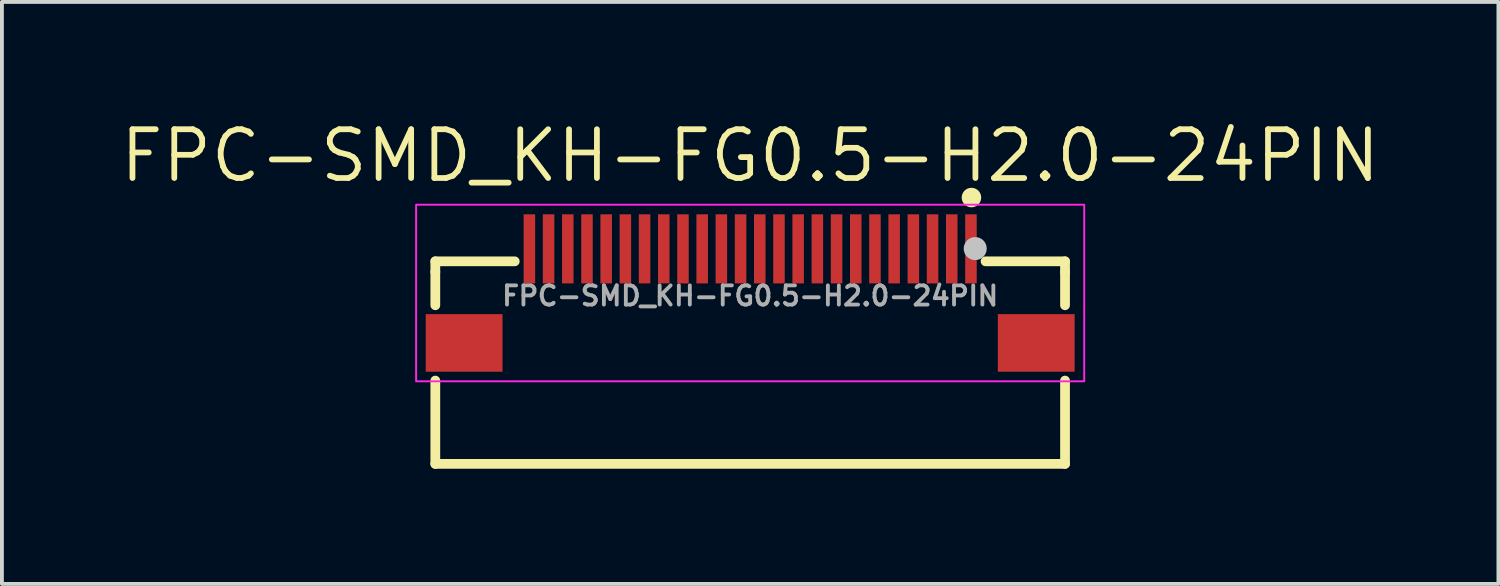
<source format=kicad_pcb>
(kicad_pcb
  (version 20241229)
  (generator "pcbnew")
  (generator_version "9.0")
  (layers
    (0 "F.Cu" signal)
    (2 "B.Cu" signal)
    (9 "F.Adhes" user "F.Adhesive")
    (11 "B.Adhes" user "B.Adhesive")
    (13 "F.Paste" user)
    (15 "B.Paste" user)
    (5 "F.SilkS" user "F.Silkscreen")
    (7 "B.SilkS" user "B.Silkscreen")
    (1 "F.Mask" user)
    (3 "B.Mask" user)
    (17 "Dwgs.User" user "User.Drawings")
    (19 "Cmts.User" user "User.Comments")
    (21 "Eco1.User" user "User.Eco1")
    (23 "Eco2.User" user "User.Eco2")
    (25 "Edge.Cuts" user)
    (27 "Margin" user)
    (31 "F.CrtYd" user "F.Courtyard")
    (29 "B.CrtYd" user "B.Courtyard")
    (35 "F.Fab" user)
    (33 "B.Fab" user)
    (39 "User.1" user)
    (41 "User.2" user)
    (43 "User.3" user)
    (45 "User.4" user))
  (footprint "FPC-SMD_KH-FG0.5-H2.0-24PIN"
    (layer "F.Cu")
    (at 16.487 4.656)
    (property "Reference" "FPC-SMD_KH-FG0.5-H2.0-24PIN" (at 0 -3.65 0) (layer "F.SilkS") (effects (font (size 1.27 1.27) (thickness 0.15))))
    (fp_line (start -8.2 0.244) (end -8.2 -0.625) (stroke (width 0.254) (type default)) (layer "F.SilkS"))
    (fp_line (start -8.2 4.375) (end -8.2 2.206) (stroke (width 0.254) (type default)) (layer "F.SilkS"))
    (fp_line (start -8.2 4.375) (end 8.2 4.375) (stroke (width 0.254) (type default)) (layer "F.SilkS"))
    (fp_line (start -8.2 -0.9) (end -8.2 -0.625) (stroke (width 0.254) (type default)) (layer "F.SilkS"))
    (fp_line (start -6.131 -0.9) (end -8.2 -0.9) (stroke (width 0.254) (type default)) (layer "F.SilkS"))
    (fp_line (start 8.2 -0.9) (end 6.131 -0.9) (stroke (width 0.254) (type default)) (layer "F.SilkS"))
    (fp_line (start 8.2 -0.625) (end 8.2 -0.9) (stroke (width 0.254) (type default)) (layer "F.SilkS"))
    (fp_line (start 8.2 0.244) (end 8.2 -0.625) (stroke (width 0.254) (type default)) (layer "F.SilkS"))
    (fp_line (start 8.2 4.375) (end 8.2 2.206) (stroke (width 0.254) (type default)) (layer "F.SilkS"))
    (fp_circle (center 5.763 -2.561) (end 5.89 -2.561) (stroke (width 0.254) (type default)) (fill no) (layer "F.SilkS"))
    (fp_circle (center 5.861 -1.232) (end 6.011 -1.232) (stroke (width 0.3) (type default)) (fill no) (layer "Dwgs.User"))
    (fp_rect (start -8.7 -2.375) (end 8.7 2.225) (stroke (width 0.05) (type default)) (fill no) (layer "F.CrtYd"))
    (fp_circle (center 8.2 -1.65) (end 8.23 -1.65) (stroke (width 0.06) (type default)) (fill no) (layer "User.5"))
    (fp_text user "${REFERENCE}" (at 0 0 0) (layer "F.Fab") (effects (font (size 0.5 0.5) (thickness 0.1))))
    (pad "1" smd rect (at 5.75 -1.225 180) (size 0.3 1.8) (layers "F.Cu" "F.Mask" "F.Paste"))
    (pad "2" smd rect (at 5.25 -1.225 180) (size 0.3 1.8) (layers "F.Cu" "F.Mask" "F.Paste"))
    (pad "3" smd rect (at 4.75 -1.225 180) (size 0.3 1.8) (layers "F.Cu" "F.Mask" "F.Paste"))
    (pad "4" smd rect (at 4.25 -1.225 180) (size 0.3 1.8) (layers "F.Cu" "F.Mask" "F.Paste"))
    (pad "5" smd rect (at 3.75 -1.225 180) (size 0.3 1.8) (layers "F.Cu" "F.Mask" "F.Paste"))
    (pad "6" smd rect (at 3.25 -1.225 180) (size 0.3 1.8) (layers "F.Cu" "F.Mask" "F.Paste"))
    (pad "7" smd rect (at 2.75 -1.225 180) (size 0.3 1.8) (layers "F.Cu" "F.Mask" "F.Paste"))
    (pad "8" smd rect (at 2.25 -1.225 180) (size 0.3 1.8) (layers "F.Cu" "F.Mask" "F.Paste"))
    (pad "9" smd rect (at 1.75 -1.225 180) (size 0.3 1.8) (layers "F.Cu" "F.Mask" "F.Paste"))
    (pad "10" smd rect (at 1.25 -1.225 180) (size 0.3 1.8) (layers "F.Cu" "F.Mask" "F.Paste"))
    (pad "11" smd rect (at 0.75 -1.225 180) (size 0.3 1.8) (layers "F.Cu" "F.Mask" "F.Paste"))
    (pad "12" smd rect (at 0.25 -1.225 180) (size 0.3 1.8) (layers "F.Cu" "F.Mask" "F.Paste"))
    (pad "13" smd rect (at -0.25 -1.225 180) (size 0.3 1.8) (layers "F.Cu" "F.Mask" "F.Paste"))
    (pad "14" smd rect (at -0.75 -1.225 180) (size 0.3 1.8) (layers "F.Cu" "F.Mask" "F.Paste"))
    (pad "15" smd rect (at -1.25 -1.225 180) (size 0.3 1.8) (layers "F.Cu" "F.Mask" "F.Paste"))
    (pad "16" smd rect (at -1.75 -1.225 180) (size 0.3 1.8) (layers "F.Cu" "F.Mask" "F.Paste"))
    (pad "17" smd rect (at -2.25 -1.225 180) (size 0.3 1.8) (layers "F.Cu" "F.Mask" "F.Paste"))
    (pad "18" smd rect (at -2.75 -1.225 180) (size 0.3 1.8) (layers "F.Cu" "F.Mask" "F.Paste"))
    (pad "19" smd rect (at -3.25 -1.225 180) (size 0.3 1.8) (layers "F.Cu" "F.Mask" "F.Paste"))
    (pad "20" smd rect (at -3.75 -1.225 180) (size 0.3 1.8) (layers "F.Cu" "F.Mask" "F.Paste"))
    (pad "21" smd rect (at -4.25 -1.225 180) (size 0.3 1.8) (layers "F.Cu" "F.Mask" "F.Paste"))
    (pad "22" smd rect (at -4.75 -1.225 180) (size 0.3 1.8) (layers "F.Cu" "F.Mask" "F.Paste"))
    (pad "23" smd rect (at -5.25 -1.225 180) (size 0.3 1.8) (layers "F.Cu" "F.Mask" "F.Paste"))
    (pad "24" smd rect (at -5.75 -1.225 180) (size 0.3 1.8) (layers "F.Cu" "F.Mask" "F.Paste"))
    (pad "25" smd rect (at -7.45 1.225 270) (size 1.5 2) (layers "F.Cu" "F.Mask" "F.Paste"))
    (pad "26" smd rect (at 7.45 1.225 270) (size 1.5 2) (layers "F.Cu" "F.Mask" "F.Paste"))
    (zone (net_name "") (layer "User.3") (hatch edge 0.5) (priority 100) (connect_pads yes) (min_thickness 0) (filled_areas_thickness no) (fill yes) (polygon (pts (xy 8.287 9.006) (xy 8.287 3.856) (xy 24.687 3.856) (xy 24.687 9.006))) (filled_polygon (layer "User.3") (island) (pts (xy 8.287 9.006) (xy 8.287 3.856) (xy 24.687 3.856) (xy 24.687 9.006))))
    (zone (net_name "") (layer "User.4") (hatch edge 0.5) (priority 100) (connect_pads yes) (min_thickness 0) (filled_areas_thickness no) (fill yes) (polygon (pts (xy 8.537 6.356) (xy 8.537 5.356) (xy 9.937 5.356) (xy 9.937 6.356))) (filled_polygon (layer "User.4") (island) (pts (xy 8.537 6.356) (xy 8.537 5.356) (xy 9.937 5.356) (xy 9.937 6.356))))
    (zone (net_name "") (layer "User.4") (hatch edge 0.5) (priority 100) (connect_pads yes) (min_thickness 0) (filled_areas_thickness no) (fill yes) (polygon (pts (xy 10.837 4.206) (xy 10.637 4.206) (xy 10.637 3.006) (xy 10.837 3.006))) (filled_polygon (layer "User.4") (island) (pts (xy 10.837 4.206) (xy 10.637 4.206) (xy 10.637 3.006) (xy 10.837 3.006))))
    (zone (net_name "") (layer "User.4") (hatch edge 0.5) (priority 100) (connect_pads yes) (min_thickness 0) (filled_areas_thickness no) (fill yes) (polygon (pts (xy 11.337 4.206) (xy 11.137 4.206) (xy 11.137 3.006) (xy 11.337 3.006))) (filled_polygon (layer "User.4") (island) (pts (xy 11.337 4.206) (xy 11.137 4.206) (xy 11.137 3.006) (xy 11.337 3.006))))
    (zone (net_name "") (layer "User.4") (hatch edge 0.5) (priority 100) (connect_pads yes) (min_thickness 0) (filled_areas_thickness no) (fill yes) (polygon (pts (xy 11.837 4.206) (xy 11.637 4.206) (xy 11.637 3.006) (xy 11.837 3.006))) (filled_polygon (layer "User.4") (island) (pts (xy 11.837 4.206) (xy 11.637 4.206) (xy 11.637 3.006) (xy 11.837 3.006))))
    (zone (net_name "") (layer "User.4") (hatch edge 0.5) (priority 100) (connect_pads yes) (min_thickness 0) (filled_areas_thickness no) (fill yes) (polygon (pts (xy 12.337 4.206) (xy 12.137 4.206) (xy 12.137 3.006) (xy 12.337 3.006))) (filled_polygon (layer "User.4") (island) (pts (xy 12.337 4.206) (xy 12.137 4.206) (xy 12.137 3.006) (xy 12.337 3.006))))
    (zone (net_name "") (layer "User.4") (hatch edge 0.5) (priority 100) (connect_pads yes) (min_thickness 0) (filled_areas_thickness no) (fill yes) (polygon (pts (xy 12.837 4.206) (xy 12.637 4.206) (xy 12.637 3.006) (xy 12.837 3.006))) (filled_polygon (layer "User.4") (island) (pts (xy 12.837 4.206) (xy 12.637 4.206) (xy 12.637 3.006) (xy 12.837 3.006))))
    (zone (net_name "") (layer "User.4") (hatch edge 0.5) (priority 100) (connect_pads yes) (min_thickness 0) (filled_areas_thickness no) (fill yes) (polygon (pts (xy 13.337 4.206) (xy 13.137 4.206) (xy 13.137 3.006) (xy 13.337 3.006))) (filled_polygon (layer "User.4") (island) (pts (xy 13.337 4.206) (xy 13.137 4.206) (xy 13.137 3.006) (xy 13.337 3.006))))
    (zone (net_name "") (layer "User.4") (hatch edge 0.5) (priority 100) (connect_pads yes) (min_thickness 0) (filled_areas_thickness no) (fill yes) (polygon (pts (xy 13.837 4.206) (xy 13.637 4.206) (xy 13.637 3.006) (xy 13.837 3.006))) (filled_polygon (layer "User.4") (island) (pts (xy 13.837 4.206) (xy 13.637 4.206) (xy 13.637 3.006) (xy 13.837 3.006))))
    (zone (net_name "") (layer "User.4") (hatch edge 0.5) (priority 100) (connect_pads yes) (min_thickness 0) (filled_areas_thickness no) (fill yes) (polygon (pts (xy 14.337 4.206) (xy 14.137 4.206) (xy 14.137 3.006) (xy 14.337 3.006))) (filled_polygon (layer "User.4") (island) (pts (xy 14.337 4.206) (xy 14.137 4.206) (xy 14.137 3.006) (xy 14.337 3.006))))
    (zone (net_name "") (layer "User.4") (hatch edge 0.5) (priority 100) (connect_pads yes) (min_thickness 0) (filled_areas_thickness no) (fill yes) (polygon (pts (xy 14.837 4.206) (xy 14.637 4.206) (xy 14.637 3.006) (xy 14.837 3.006))) (filled_polygon (layer "User.4") (island) (pts (xy 14.837 4.206) (xy 14.637 4.206) (xy 14.637 3.006) (xy 14.837 3.006))))
    (zone (net_name "") (layer "User.4") (hatch edge 0.5) (priority 100) (connect_pads yes) (min_thickness 0) (filled_areas_thickness no) (fill yes) (polygon (pts (xy 15.337 4.206) (xy 15.137 4.206) (xy 15.137 3.006) (xy 15.337 3.006))) (filled_polygon (layer "User.4") (island) (pts (xy 15.337 4.206) (xy 15.137 4.206) (xy 15.137 3.006) (xy 15.337 3.006))))
    (zone (net_name "") (layer "User.4") (hatch edge 0.5) (priority 100) (connect_pads yes) (min_thickness 0) (filled_areas_thickness no) (fill yes) (polygon (pts (xy 15.837 4.206) (xy 15.637 4.206) (xy 15.637 3.006) (xy 15.837 3.006))) (filled_polygon (layer "User.4") (island) (pts (xy 15.837 4.206) (xy 15.637 4.206) (xy 15.637 3.006) (xy 15.837 3.006))))
    (zone (net_name "") (layer "User.4") (hatch edge 0.5) (priority 100) (connect_pads yes) (min_thickness 0) (filled_areas_thickness no) (fill yes) (polygon (pts (xy 16.337 4.206) (xy 16.137 4.206) (xy 16.137 3.006) (xy 16.337 3.006))) (filled_polygon (layer "User.4") (island) (pts (xy 16.337 4.206) (xy 16.137 4.206) (xy 16.137 3.006) (xy 16.337 3.006))))
    (zone (net_name "") (layer "User.4") (hatch edge 0.5) (priority 100) (connect_pads yes) (min_thickness 0) (filled_areas_thickness no) (fill yes) (polygon (pts (xy 16.837 4.206) (xy 16.637 4.206) (xy 16.637 3.006) (xy 16.837 3.006))) (filled_polygon (layer "User.4") (island) (pts (xy 16.837 4.206) (xy 16.637 4.206) (xy 16.637 3.006) (xy 16.837 3.006))))
    (zone (net_name "") (layer "User.4") (hatch edge 0.5) (priority 100) (connect_pads yes) (min_thickness 0) (filled_areas_thickness no) (fill yes) (polygon (pts (xy 17.337 4.206) (xy 17.137 4.206) (xy 17.137 3.006) (xy 17.337 3.006))) (filled_polygon (layer "User.4") (island) (pts (xy 17.337 4.206) (xy 17.137 4.206) (xy 17.137 3.006) (xy 17.337 3.006))))
    (zone (net_name "") (layer "User.4") (hatch edge 0.5) (priority 100) (connect_pads yes) (min_thickness 0) (filled_areas_thickness no) (fill yes) (polygon (pts (xy 17.837 4.206) (xy 17.637 4.206) (xy 17.637 3.006) (xy 17.837 3.006))) (filled_polygon (layer "User.4") (island) (pts (xy 17.837 4.206) (xy 17.637 4.206) (xy 17.637 3.006) (xy 17.837 3.006))))
    (zone (net_name "") (layer "User.4") (hatch edge 0.5) (priority 100) (connect_pads yes) (min_thickness 0) (filled_areas_thickness no) (fill yes) (polygon (pts (xy 18.337 4.206) (xy 18.137 4.206) (xy 18.137 3.006) (xy 18.337 3.006))) (filled_polygon (layer "User.4") (island) (pts (xy 18.337 4.206) (xy 18.137 4.206) (xy 18.137 3.006) (xy 18.337 3.006))))
    (zone (net_name "") (layer "User.4") (hatch edge 0.5) (priority 100) (connect_pads yes) (min_thickness 0) (filled_areas_thickness no) (fill yes) (polygon (pts (xy 18.837 4.206) (xy 18.637 4.206) (xy 18.637 3.006) (xy 18.837 3.006))) (filled_polygon (layer "User.4") (island) (pts (xy 18.837 4.206) (xy 18.637 4.206) (xy 18.637 3.006) (xy 18.837 3.006))))
    (zone (net_name "") (layer "User.4") (hatch edge 0.5) (priority 100) (connect_pads yes) (min_thickness 0) (filled_areas_thickness no) (fill yes) (polygon (pts (xy 19.337 4.206) (xy 19.137 4.206) (xy 19.137 3.006) (xy 19.337 3.006))) (filled_polygon (layer "User.4") (island) (pts (xy 19.337 4.206) (xy 19.137 4.206) (xy 19.137 3.006) (xy 19.337 3.006))))
    (zone (net_name "") (layer "User.4") (hatch edge 0.5) (priority 100) (connect_pads yes) (min_thickness 0) (filled_areas_thickness no) (fill yes) (polygon (pts (xy 19.837 4.206) (xy 19.637 4.206) (xy 19.637 3.006) (xy 19.837 3.006))) (filled_polygon (layer "User.4") (island) (pts (xy 19.837 4.206) (xy 19.637 4.206) (xy 19.637 3.006) (xy 19.837 3.006))))
    (zone (net_name "") (layer "User.4") (hatch edge 0.5) (priority 100) (connect_pads yes) (min_thickness 0) (filled_areas_thickness no) (fill yes) (polygon (pts (xy 20.337 4.206) (xy 20.137 4.206) (xy 20.137 3.006) (xy 20.337 3.006))) (filled_polygon (layer "User.4") (island) (pts (xy 20.337 4.206) (xy 20.137 4.206) (xy 20.137 3.006) (xy 20.337 3.006))))
    (zone (net_name "") (layer "User.4") (hatch edge 0.5) (priority 100) (connect_pads yes) (min_thickness 0) (filled_areas_thickness no) (fill yes) (polygon (pts (xy 20.837 4.206) (xy 20.637 4.206) (xy 20.637 3.006) (xy 20.837 3.006))) (filled_polygon (layer "User.4") (island) (pts (xy 20.837 4.206) (xy 20.637 4.206) (xy 20.637 3.006) (xy 20.837 3.006))))
    (zone (net_name "") (layer "User.4") (hatch edge 0.5) (priority 100) (connect_pads yes) (min_thickness 0) (filled_areas_thickness no) (fill yes) (polygon (pts (xy 21.337 4.206) (xy 21.137 4.206) (xy 21.137 3.006) (xy 21.337 3.006))) (filled_polygon (layer "User.4") (island) (pts (xy 21.337 4.206) (xy 21.137 4.206) (xy 21.137 3.006) (xy 21.337 3.006))))
    (zone (net_name "") (layer "User.4") (hatch edge 0.5) (priority 100) (connect_pads yes) (min_thickness 0) (filled_areas_thickness no) (fill yes) (polygon (pts (xy 21.837 4.206) (xy 21.637 4.206) (xy 21.637 3.006) (xy 21.837 3.006))) (filled_polygon (layer "User.4") (island) (pts (xy 21.837 4.206) (xy 21.637 4.206) (xy 21.637 3.006) (xy 21.837 3.006))))
    (zone (net_name "") (layer "User.4") (hatch edge 0.5) (priority 100) (connect_pads yes) (min_thickness 0) (filled_areas_thickness no) (fill yes) (polygon (pts (xy 22.337 4.206) (xy 22.137 4.206) (xy 22.137 3.006) (xy 22.337 3.006))) (filled_polygon (layer "User.4") (island) (pts (xy 22.337 4.206) (xy 22.137 4.206) (xy 22.137 3.006) (xy 22.337 3.006))))
    (zone (net_name "") (layer "User.4") (hatch edge 0.5) (priority 100) (connect_pads yes) (min_thickness 0) (filled_areas_thickness no) (fill yes) (polygon (pts (xy 23.037 6.356) (xy 23.037 5.356) (xy 24.437 5.356) (xy 24.437 6.356))) (filled_polygon (layer "User.4") (island) (pts (xy 23.037 6.356) (xy 23.037 5.356) (xy 24.437 5.356) (xy 24.437 6.356)))))
  (gr_rect
    (start -3 -3)
    (end 35.974 12.158)
    (stroke (width 0.1) (type default))
    (fill no)
    (layer "Edge.Cuts")))
</source>
